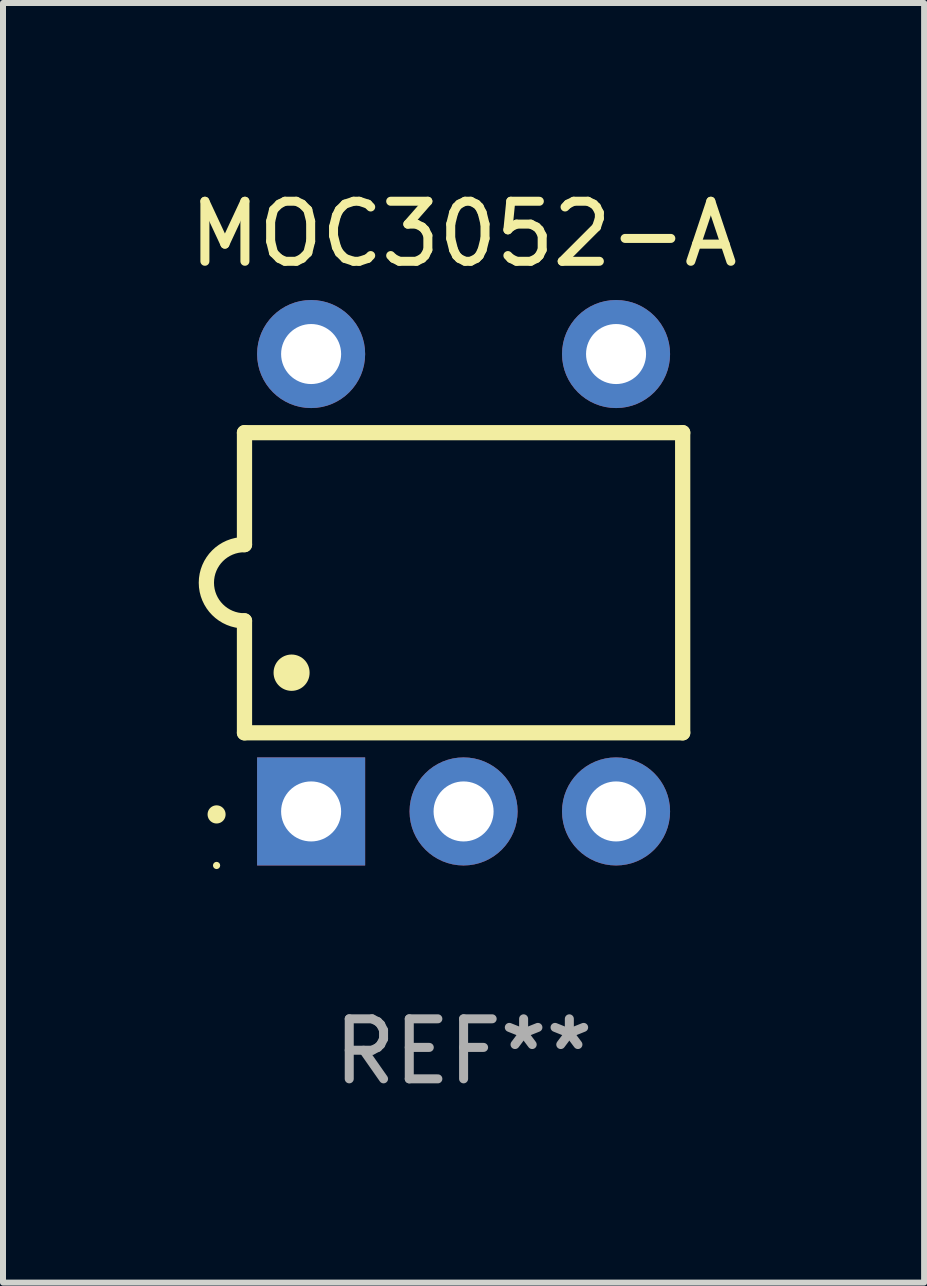
<source format=kicad_pcb>
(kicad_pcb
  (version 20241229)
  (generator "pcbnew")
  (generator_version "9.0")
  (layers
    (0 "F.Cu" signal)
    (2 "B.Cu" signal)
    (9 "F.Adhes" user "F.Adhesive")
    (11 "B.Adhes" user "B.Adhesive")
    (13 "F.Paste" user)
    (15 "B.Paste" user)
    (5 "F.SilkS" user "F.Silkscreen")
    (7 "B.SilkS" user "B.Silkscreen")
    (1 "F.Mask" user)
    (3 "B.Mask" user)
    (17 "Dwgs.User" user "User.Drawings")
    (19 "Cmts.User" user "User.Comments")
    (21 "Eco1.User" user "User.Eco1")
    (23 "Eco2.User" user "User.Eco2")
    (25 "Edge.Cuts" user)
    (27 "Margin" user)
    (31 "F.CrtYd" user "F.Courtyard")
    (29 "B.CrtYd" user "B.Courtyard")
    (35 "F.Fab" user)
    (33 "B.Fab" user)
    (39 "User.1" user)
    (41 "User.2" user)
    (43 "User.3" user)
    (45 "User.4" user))
  (footprint "MOC3052-A"
    (layer "F.Cu")
    (at 4.673 6.658)
    (property "Reference" "MOC3052-A" (at 0 -5.81 0) (layer "F.SilkS") (effects (font (size 1 1) (thickness 0.15))))
    (attr through_hole)
    (fp_line (start -3.65 -2.5) (end 3.65 -2.5) (stroke (width 0.254) (type solid)) (layer "F.SilkS"))
    (fp_line (start -3.65 -0.635) (end -3.65 -2.5) (stroke (width 0.254) (type solid)) (layer "F.SilkS"))
    (fp_line (start -3.65 0.635) (end -3.65 2.5) (stroke (width 0.254) (type solid)) (layer "F.SilkS"))
    (fp_line (start -3.65 2.5) (end 3.65 2.5) (stroke (width 0.254) (type solid)) (layer "F.SilkS"))
    (fp_line (start 3.65 -2.5) (end 3.65 2.5) (stroke (width 0.254) (type solid)) (layer "F.SilkS"))
    (fp_arc (start -4.114808 3.860808) (mid -4.114813 3.859538) (end -4.114808 3.858268) (stroke (width 0.3) (type solid)) (layer "F.SilkS"))
    (fp_arc (start -3.650013 0.635001) (mid -4.285014 0) (end -3.650013 -0.635001) (stroke (width 0.254001) (type solid)) (layer "F.SilkS"))
    (fp_arc (start -2.865405 1.501143) (mid -2.865416 1.498603) (end -2.865405 1.496063) (stroke (width 0.6) (type solid)) (layer "F.SilkS"))
    (fp_circle (center -4.115 4.71) (end -4.085 4.71) (stroke (width 0.06) (type solid)) (fill no) (layer "F.SilkS"))
    (fp_text user "REF**" (at 0 7.81 0) (layer "F.Fab") (effects (font (size 1 1) (thickness 0.15))))
    (pad "1" thru_hole rect (at -2.54 3.81 90) (size 1.8 1.8) (drill 1) (layers "*.Cu" "*.Mask"))
    (pad "2" thru_hole circle (at 0 3.81) (size 1.8 1.8) (drill 1) (layers "*.Cu" "*.Mask"))
    (pad "3" thru_hole circle (at 2.54 3.81) (size 1.8 1.8) (drill 1) (layers "*.Cu" "*.Mask"))
    (pad "4" thru_hole circle (at 2.54 -3.81) (size 1.8 1.8) (drill 1) (layers "*.Cu" "*.Mask"))
    (pad "6" thru_hole circle (at -2.54 -3.81) (size 1.8 1.8) (drill 1) (layers "*.Cu" "*.Mask")))
  (gr_rect
    (start -3 -3)
    (end 12.345 18.317)
    (stroke (width 0.1) (type default))
    (fill no)
    (layer "Edge.Cuts")))
</source>
